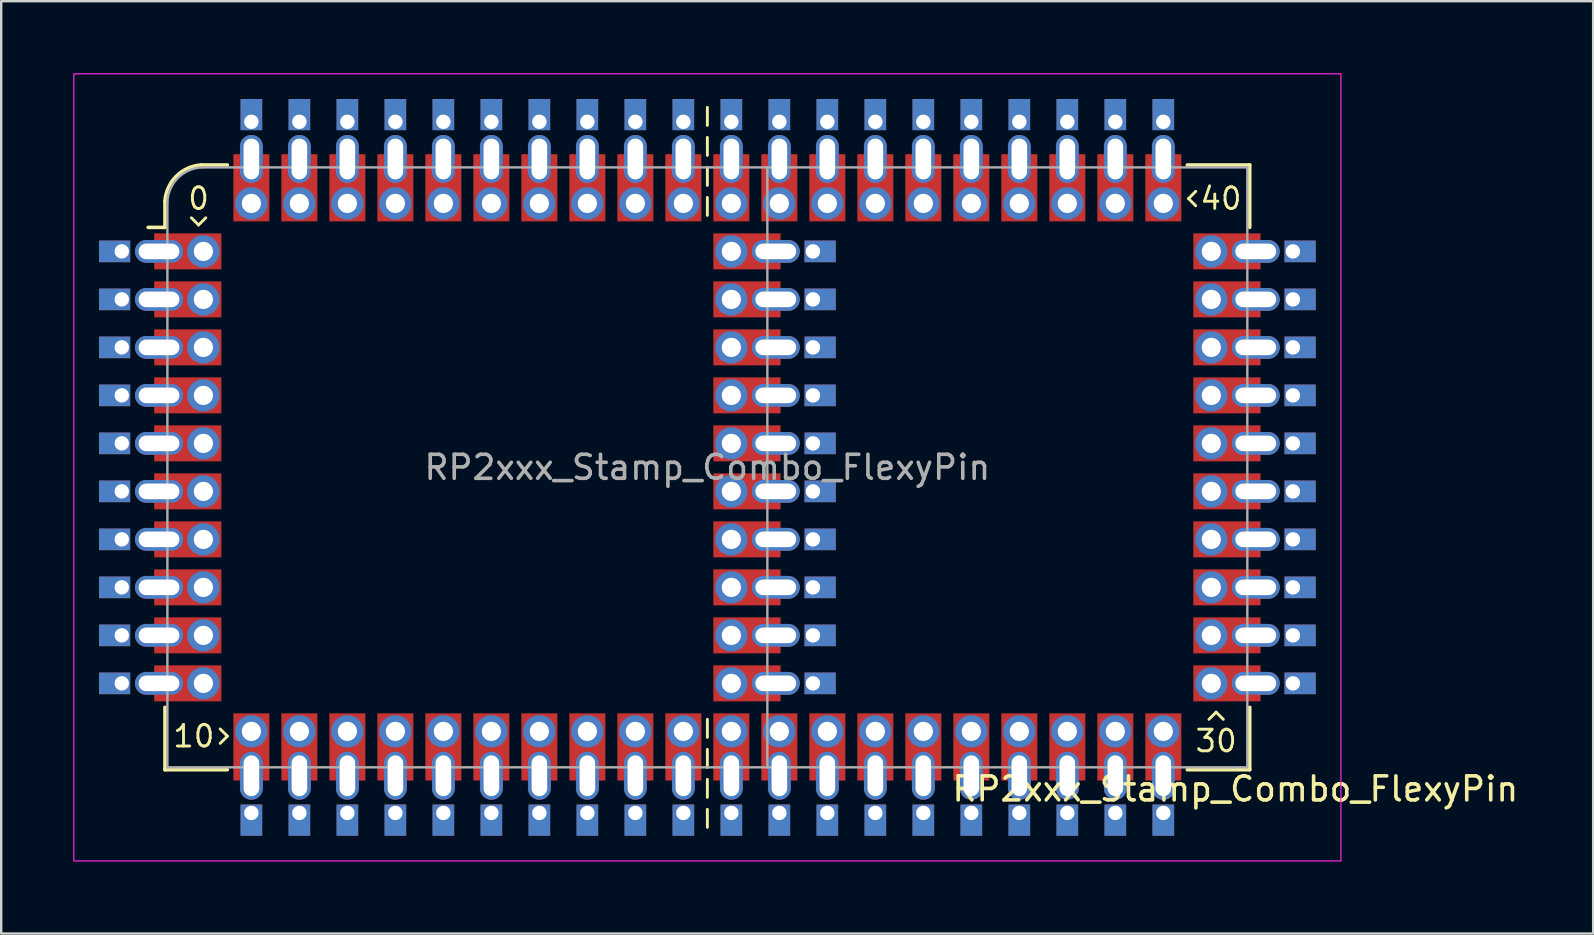
<source format=kicad_pcb>
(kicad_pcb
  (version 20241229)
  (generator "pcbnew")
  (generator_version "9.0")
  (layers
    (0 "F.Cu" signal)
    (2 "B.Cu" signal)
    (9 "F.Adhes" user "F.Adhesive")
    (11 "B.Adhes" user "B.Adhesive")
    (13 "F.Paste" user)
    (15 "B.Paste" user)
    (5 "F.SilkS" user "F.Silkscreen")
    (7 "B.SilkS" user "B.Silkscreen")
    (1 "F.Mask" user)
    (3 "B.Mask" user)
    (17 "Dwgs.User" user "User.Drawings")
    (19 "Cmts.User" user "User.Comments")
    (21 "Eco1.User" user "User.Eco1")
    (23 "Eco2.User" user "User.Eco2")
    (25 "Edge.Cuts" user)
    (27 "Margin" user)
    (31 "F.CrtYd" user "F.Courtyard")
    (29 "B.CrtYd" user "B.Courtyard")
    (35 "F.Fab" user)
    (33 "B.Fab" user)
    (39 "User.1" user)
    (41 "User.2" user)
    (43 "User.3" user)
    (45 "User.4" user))
  (footprint "RP2xxx_Stamp_Combo_FlexyPin"
    (layer "F.Cu")
    (at 26.425 16.425)
    (property "Reference" "RP2xxx_Stamp_Combo_FlexyPin" (at 22 13.4 0) (unlocked yes) (layer "F.SilkS") (effects (font (size 1 1) (thickness 0.15))))
    (attr through_hole)
    (fp_line (start -22.6 -10) (end -23.3 -10) (stroke (width 0.15) (type solid)) (layer "F.SilkS"))
    (fp_line (start -22.6 -10) (end -22.6 -11.1) (stroke (width 0.15) (type solid)) (layer "F.SilkS"))
    (fp_line (start -22.6 12.6) (end -22.6 10) (stroke (width 0.15) (type solid)) (layer "F.SilkS"))
    (fp_line (start -21.5 -10.4) (end -21.2 -10.1) (stroke (width 0.12) (type solid)) (layer "F.SilkS"))
    (fp_line (start -21.2 -10.1) (end -20.9 -10.4) (stroke (width 0.12) (type solid)) (layer "F.SilkS"))
    (fp_line (start -21.1 -12.6) (end -20 -12.6) (stroke (width 0.15) (type solid)) (layer "F.SilkS"))
    (fp_line (start -20.3 11.5) (end -20 11.2) (stroke (width 0.12) (type solid)) (layer "F.SilkS"))
    (fp_line (start -20 11.2) (end -20.3 10.9) (stroke (width 0.12) (type solid)) (layer "F.SilkS"))
    (fp_line (start -20 12.6) (end -22.6 12.6) (stroke (width 0.15) (type solid)) (layer "F.SilkS"))
    (fp_line (start 0 -15) (end 0 -14.25) (stroke (width 0.12) (type default)) (layer "F.SilkS"))
    (fp_line (start 0 -13.75) (end 0 -13) (stroke (width 0.12) (type default)) (layer "F.SilkS"))
    (fp_line (start 0 -12.5) (end 0 -11.75) (stroke (width 0.12) (type default)) (layer "F.SilkS"))
    (fp_line (start 0 -11.25) (end 0 -10.5) (stroke (width 0.12) (type default)) (layer "F.SilkS"))
    (fp_line (start 0 10.5) (end 0 11.25) (stroke (width 0.12) (type default)) (layer "F.SilkS"))
    (fp_line (start 0 11.75) (end 0 12.5) (stroke (width 0.12) (type default)) (layer "F.SilkS"))
    (fp_line (start 0 13) (end 0 13.75) (stroke (width 0.12) (type default)) (layer "F.SilkS"))
    (fp_line (start 0 14.25) (end 0 15) (stroke (width 0.12) (type default)) (layer "F.SilkS"))
    (fp_line (start 20 -12.6) (end 22.6 -12.6) (stroke (width 0.15) (type solid)) (layer "F.SilkS"))
    (fp_line (start 20.05 -11.2) (end 20.35 -10.9) (stroke (width 0.12) (type solid)) (layer "F.SilkS"))
    (fp_line (start 20.35 -11.5) (end 20.05 -11.2) (stroke (width 0.12) (type solid)) (layer "F.SilkS"))
    (fp_line (start 21.2 10.2) (end 20.9 10.5) (stroke (width 0.12) (type solid)) (layer "F.SilkS"))
    (fp_line (start 21.5 10.5) (end 21.2 10.2) (stroke (width 0.12) (type solid)) (layer "F.SilkS"))
    (fp_line (start 22.6 -12.6) (end 22.6 -10) (stroke (width 0.15) (type solid)) (layer "F.SilkS"))
    (fp_line (start 22.6 10) (end 22.6 12.6) (stroke (width 0.15) (type solid)) (layer "F.SilkS"))
    (fp_line (start 22.6 12.6) (end 20 12.6) (stroke (width 0.15) (type solid)) (layer "F.SilkS"))
    (fp_arc (start -22.6 -11.1) (mid -22.129432 -12.129432) (end -21.1 -12.6) (stroke (width 0.15) (type solid)) (layer "F.SilkS"))
    (fp_rect (start -26.4 -16.4) (end 26.4 16.4) (stroke (width 0.05) (type solid)) (fill no) (layer "F.CrtYd"))
    (fp_line (start -22.5 12.5) (end -22.5 -11) (stroke (width 0.1) (type solid)) (layer "F.Fab"))
    (fp_line (start -21 -12.5) (end 22.5 -12.5) (stroke (width 0.1) (type solid)) (layer "F.Fab"))
    (fp_line (start 2.5 -12.5) (end 2.5 12.5) (stroke (width 0.1) (type solid)) (layer "F.Fab"))
    (fp_line (start 22.5 -12.5) (end 22.5 12.5) (stroke (width 0.1) (type solid)) (layer "F.Fab"))
    (fp_line (start 22.5 12.5) (end -22.5 12.5) (stroke (width 0.1) (type solid)) (layer "F.Fab"))
    (fp_arc (start -22.500003 -11.000003) (mid -22.060661 -12.060662) (end -21 -12.5) (stroke (width 0.1) (type solid)) (layer "F.Fab"))
    (fp_text user "40" (at 21.4 -11.2 0) (unlocked yes) (layer "F.SilkS") (effects (font (size 0.9 0.9) (thickness 0.12))))
    (fp_text user "0" (at -21.2 -11.2 0) (unlocked yes) (layer "F.SilkS") (effects (font (size 0.9 0.9) (thickness 0.12))))
    (fp_text user "30" (at 21.2 11.4 0) (unlocked yes) (layer "F.SilkS") (effects (font (size 0.9 0.9) (thickness 0.12))))
    (fp_text user "10" (at -21.4 11.2 0) (unlocked yes) (layer "F.SilkS") (effects (font (size 0.9 0.9) (thickness 0.12))))
    (fp_text user "${REFERENCE}" (at 0 0 0) (unlocked yes) (layer "F.Fab") (effects (font (size 1 1) (thickness 0.15))))
    (pad "1" thru_hole rect (at -24.4 -9) (size 1.3 0.9) (drill 0.6 (offset -0.3 0)) (layers "*.Cu" "*.Mask"))
    (pad "1" thru_hole oval (at -22.85 -9 180) (size 2 0.95) (drill oval 1.7 0.65) (layers "*.Cu" "*.Mask"))
    (pad "1" smd rect (at -21.65 -9) (size 2.8 1.5) (layers "F.Cu" "F.Mask" "F.Paste"))
    (pad "1" thru_hole circle (at -21 -9) (size 1.35 1.35) (drill 0.8) (layers "*.Cu" "*.Mask"))
    (pad "2" thru_hole rect (at -24.4 -7) (size 1.3 0.9) (drill 0.6 (offset -0.3 0)) (layers "*.Cu" "*.Mask"))
    (pad "2" thru_hole oval (at -22.85 -7 180) (size 2 0.95) (drill oval 1.7 0.65) (layers "*.Cu" "*.Mask"))
    (pad "2" smd rect (at -21.65 -7) (size 2.8 1.5) (layers "F.Cu" "F.Mask" "F.Paste"))
    (pad "2" thru_hole oval (at -21 -7) (size 1.35 1.35) (drill 0.8) (layers "*.Cu" "*.Mask"))
    (pad "3" thru_hole rect (at -24.4 -5) (size 1.3 0.9) (drill 0.6 (offset -0.3 0)) (layers "*.Cu" "*.Mask"))
    (pad "3" thru_hole oval (at -22.85 -5 180) (size 2 0.95) (drill oval 1.7 0.65) (layers "*.Cu" "*.Mask"))
    (pad "3" smd rect (at -21.65 -5) (size 2.8 1.5) (layers "F.Cu" "F.Mask" "F.Paste"))
    (pad "3" thru_hole oval (at -21 -5) (size 1.35 1.35) (drill 0.8) (layers "*.Cu" "*.Mask"))
    (pad "4" thru_hole rect (at -24.4 -3) (size 1.3 0.9) (drill 0.6 (offset -0.3 0)) (layers "*.Cu" "*.Mask"))
    (pad "4" thru_hole oval (at -22.85 -3 180) (size 2 0.95) (drill oval 1.7 0.65) (layers "*.Cu" "*.Mask"))
    (pad "4" smd rect (at -21.65 -3) (size 2.8 1.5) (layers "F.Cu" "F.Mask" "F.Paste"))
    (pad "4" thru_hole oval (at -21 -3) (size 1.35 1.35) (drill 0.8) (layers "*.Cu" "*.Mask"))
    (pad "5" thru_hole rect (at -24.4 -1) (size 1.3 0.9) (drill 0.6 (offset -0.3 0)) (layers "*.Cu" "*.Mask"))
    (pad "5" thru_hole oval (at -22.85 -1 180) (size 2 0.95) (drill oval 1.7 0.65) (layers "*.Cu" "*.Mask"))
    (pad "5" smd rect (at -21.65 -1) (size 2.8 1.5) (layers "F.Cu" "F.Mask" "F.Paste"))
    (pad "5" thru_hole oval (at -21 -1) (size 1.35 1.35) (drill 0.8) (layers "*.Cu" "*.Mask"))
    (pad "6" thru_hole rect (at -24.4 1) (size 1.3 0.9) (drill 0.6 (offset -0.3 0)) (layers "*.Cu" "*.Mask"))
    (pad "6" thru_hole oval (at -22.85 1 180) (size 2 0.95) (drill oval 1.7 0.65) (layers "*.Cu" "*.Mask"))
    (pad "6" smd rect (at -21.65 1) (size 2.8 1.5) (layers "F.Cu" "F.Mask" "F.Paste"))
    (pad "6" thru_hole oval (at -21 1) (size 1.35 1.35) (drill 0.8) (layers "*.Cu" "*.Mask"))
    (pad "7" thru_hole rect (at -24.4 3) (size 1.3 0.9) (drill 0.6 (offset -0.3 0)) (layers "*.Cu" "*.Mask"))
    (pad "7" thru_hole oval (at -22.85 3 180) (size 2 0.95) (drill oval 1.7 0.65) (layers "*.Cu" "*.Mask"))
    (pad "7" smd rect (at -21.65 3) (size 2.8 1.5) (layers "F.Cu" "F.Mask" "F.Paste"))
    (pad "7" thru_hole oval (at -21 3) (size 1.35 1.35) (drill 0.8) (layers "*.Cu" "*.Mask"))
    (pad "8" thru_hole rect (at -24.4 5) (size 1.3 0.9) (drill 0.6 (offset -0.3 0)) (layers "*.Cu" "*.Mask"))
    (pad "8" thru_hole oval (at -22.85 5 180) (size 2 0.95) (drill oval 1.7 0.65) (layers "*.Cu" "*.Mask"))
    (pad "8" smd rect (at -21.65 5) (size 2.8 1.5) (layers "F.Cu" "F.Mask" "F.Paste"))
    (pad "8" thru_hole oval (at -21 5) (size 1.35 1.35) (drill 0.8) (layers "*.Cu" "*.Mask"))
    (pad "9" thru_hole rect (at -24.4 7) (size 1.3 0.9) (drill 0.6 (offset -0.3 0)) (layers "*.Cu" "*.Mask"))
    (pad "9" thru_hole oval (at -22.85 7 180) (size 2 0.95) (drill oval 1.7 0.65) (layers "*.Cu" "*.Mask"))
    (pad "9" smd rect (at -21.65 7) (size 2.8 1.5) (layers "F.Cu" "F.Mask" "F.Paste"))
    (pad "9" thru_hole oval (at -21 7) (size 1.35 1.35) (drill 0.8) (layers "*.Cu" "*.Mask"))
    (pad "10" thru_hole rect (at -24.4 9) (size 1.3 0.9) (drill 0.6 (offset -0.3 0)) (layers "*.Cu" "*.Mask"))
    (pad "10" thru_hole oval (at -22.85 9 180) (size 2 0.95) (drill oval 1.7 0.65) (layers "*.Cu" "*.Mask"))
    (pad "10" smd rect (at -21.65 9) (size 2.8 1.5) (layers "F.Cu" "F.Mask" "F.Paste"))
    (pad "10" thru_hole oval (at -21 9) (size 1.35 1.35) (drill 0.8) (layers "*.Cu" "*.Mask"))
    (pad "11" thru_hole oval (at -19 11) (size 1.35 1.35) (drill 0.8) (layers "*.Cu" "*.Mask"))
    (pad "11" smd rect (at -19 11.65 270) (size 2.8 1.5) (layers "F.Cu" "F.Mask" "F.Paste"))
    (pad "11" thru_hole oval (at -19 12.85 270) (size 2 0.95) (drill oval 1.7 0.65) (layers "*.Cu" "*.Mask"))
    (pad "11" thru_hole rect (at -19 14.4 90) (size 1.3 0.9) (drill 0.6 (offset -0.3 0)) (layers "*.Cu" "*.Mask"))
    (pad "12" thru_hole oval (at -17 11) (size 1.35 1.35) (drill 0.8) (layers "*.Cu" "*.Mask"))
    (pad "12" smd rect (at -17 11.65 270) (size 2.8 1.5) (layers "F.Cu" "F.Mask" "F.Paste"))
    (pad "12" thru_hole oval (at -17 12.85 270) (size 2 0.95) (drill oval 1.7 0.65) (layers "*.Cu" "*.Mask"))
    (pad "12" thru_hole rect (at -17 14.4 90) (size 1.3 0.9) (drill 0.6 (offset -0.3 0)) (layers "*.Cu" "*.Mask"))
    (pad "13" thru_hole oval (at -15 11) (size 1.35 1.35) (drill 0.8) (layers "*.Cu" "*.Mask"))
    (pad "13" smd rect (at -15 11.65 270) (size 2.8 1.5) (layers "F.Cu" "F.Mask" "F.Paste"))
    (pad "13" thru_hole oval (at -15 12.85 270) (size 2 0.95) (drill oval 1.7 0.65) (layers "*.Cu" "*.Mask"))
    (pad "13" thru_hole rect (at -15 14.4 90) (size 1.3 0.9) (drill 0.6 (offset -0.3 0)) (layers "*.Cu" "*.Mask"))
    (pad "14" thru_hole oval (at -13 11) (size 1.35 1.35) (drill 0.8) (layers "*.Cu" "*.Mask"))
    (pad "14" smd rect (at -13 11.65 270) (size 2.8 1.5) (layers "F.Cu" "F.Mask" "F.Paste"))
    (pad "14" thru_hole oval (at -13 12.85 270) (size 2 0.95) (drill oval 1.7 0.65) (layers "*.Cu" "*.Mask"))
    (pad "14" thru_hole rect (at -13 14.4 90) (size 1.3 0.9) (drill 0.6 (offset -0.3 0)) (layers "*.Cu" "*.Mask"))
    (pad "15" thru_hole oval (at -11 11) (size 1.35 1.35) (drill 0.8) (layers "*.Cu" "*.Mask"))
    (pad "15" smd rect (at -11 11.65 270) (size 2.8 1.5) (layers "F.Cu" "F.Mask" "F.Paste"))
    (pad "15" thru_hole oval (at -11 12.85 270) (size 2 0.95) (drill oval 1.7 0.65) (layers "*.Cu" "*.Mask"))
    (pad "15" thru_hole rect (at -11 14.4 90) (size 1.3 0.9) (drill 0.6 (offset -0.3 0)) (layers "*.Cu" "*.Mask"))
    (pad "16" thru_hole oval (at -9 11) (size 1.35 1.35) (drill 0.8) (layers "*.Cu" "*.Mask"))
    (pad "16" smd rect (at -9 11.65 270) (size 2.8 1.5) (layers "F.Cu" "F.Mask" "F.Paste"))
    (pad "16" thru_hole oval (at -9 12.85 270) (size 2 0.95) (drill oval 1.7 0.65) (layers "*.Cu" "*.Mask"))
    (pad "16" thru_hole rect (at -9 14.4 90) (size 1.3 0.9) (drill 0.6 (offset -0.3 0)) (layers "*.Cu" "*.Mask"))
    (pad "17" thru_hole oval (at -7 11) (size 1.35 1.35) (drill 0.8) (layers "*.Cu" "*.Mask"))
    (pad "17" smd rect (at -7 11.65 270) (size 2.8 1.5) (layers "F.Cu" "F.Mask" "F.Paste"))
    (pad "17" thru_hole oval (at -7 12.85 270) (size 2 0.95) (drill oval 1.7 0.65) (layers "*.Cu" "*.Mask"))
    (pad "17" thru_hole rect (at -7 14.4 90) (size 1.3 0.9) (drill 0.6 (offset -0.3 0)) (layers "*.Cu" "*.Mask"))
    (pad "18" thru_hole oval (at -5 11) (size 1.35 1.35) (drill 0.8) (layers "*.Cu" "*.Mask"))
    (pad "18" smd rect (at -5 11.65 270) (size 2.8 1.5) (layers "F.Cu" "F.Mask" "F.Paste"))
    (pad "18" thru_hole oval (at -5 12.85 270) (size 2 0.95) (drill oval 1.7 0.65) (layers "*.Cu" "*.Mask"))
    (pad "18" thru_hole rect (at -5 14.4 90) (size 1.3 0.9) (drill 0.6 (offset -0.3 0)) (layers "*.Cu" "*.Mask"))
    (pad "19" thru_hole oval (at -3 11) (size 1.35 1.35) (drill 0.8) (layers "*.Cu" "*.Mask"))
    (pad "19" smd rect (at -3 11.65 270) (size 2.8 1.5) (layers "F.Cu" "F.Mask" "F.Paste"))
    (pad "19" thru_hole oval (at -3 12.85 270) (size 2 0.95) (drill oval 1.7 0.65) (layers "*.Cu" "*.Mask"))
    (pad "19" thru_hole rect (at -3 14.4 90) (size 1.3 0.9) (drill 0.6 (offset -0.3 0)) (layers "*.Cu" "*.Mask"))
    (pad "20" thru_hole oval (at -1 11) (size 1.35 1.35) (drill 0.8) (layers "*.Cu" "*.Mask"))
    (pad "20" smd rect (at -1 11.65 270) (size 2.8 1.5) (layers "F.Cu" "F.Mask" "F.Paste"))
    (pad "20" thru_hole oval (at -1 12.85 270) (size 2 0.95) (drill oval 1.7 0.65) (layers "*.Cu" "*.Mask"))
    (pad "20" thru_hole rect (at -1 14.4 90) (size 1.3 0.9) (drill 0.6 (offset -0.3 0)) (layers "*.Cu" "*.Mask"))
    (pad "21" thru_hole oval (at 1 9) (size 1.35 1.35) (drill 0.8) (layers "*.Cu" "*.Mask"))
    (pad "21" thru_hole oval (at 1 11) (size 1.35 1.35) (drill 0.8) (layers "*.Cu" "*.Mask"))
    (pad "21" smd rect (at 1 11.65 270) (size 2.8 1.5) (layers "F.Cu" "F.Mask" "F.Paste"))
    (pad "21" thru_hole oval (at 1 12.85 270) (size 2 0.95) (drill oval 1.7 0.65) (layers "*.Cu" "*.Mask"))
    (pad "21" thru_hole rect (at 1 14.4 90) (size 1.3 0.9) (drill 0.6 (offset -0.3 0)) (layers "*.Cu" "*.Mask"))
    (pad "21" smd rect (at 1.65 9) (size 2.8 1.5) (layers "F.Cu" "F.Mask" "F.Paste"))
    (pad "21" thru_hole oval (at 2.85 9) (size 2 0.95) (drill oval 1.7 0.65) (layers "*.Cu" "*.Mask"))
    (pad "21" thru_hole rect (at 4.4 9 180) (size 1.3 0.9) (drill 0.6 (offset -0.3 0)) (layers "*.Cu" "*.Mask"))
    (pad "22" thru_hole oval (at 1 7) (size 1.35 1.35) (drill 0.8) (layers "*.Cu" "*.Mask"))
    (pad "22" smd rect (at 1.65 7) (size 2.8 1.5) (layers "F.Cu" "F.Mask" "F.Paste"))
    (pad "22" thru_hole oval (at 2.85 7) (size 2 0.95) (drill oval 1.7 0.65) (layers "*.Cu" "*.Mask"))
    (pad "22" thru_hole oval (at 3 11) (size 1.35 1.35) (drill 0.8) (layers "*.Cu" "*.Mask"))
    (pad "22" smd rect (at 3 11.65 270) (size 2.8 1.5) (layers "F.Cu" "F.Mask" "F.Paste"))
    (pad "22" thru_hole oval (at 3 12.85 270) (size 2 0.95) (drill oval 1.7 0.65) (layers "*.Cu" "*.Mask"))
    (pad "22" thru_hole rect (at 3 14.4 90) (size 1.3 0.9) (drill 0.6 (offset -0.3 0)) (layers "*.Cu" "*.Mask"))
    (pad "22" thru_hole rect (at 4.4 7 180) (size 1.3 0.9) (drill 0.6 (offset -0.3 0)) (layers "*.Cu" "*.Mask"))
    (pad "23" thru_hole oval (at 1 5) (size 1.35 1.35) (drill 0.8) (layers "*.Cu" "*.Mask"))
    (pad "23" smd rect (at 1.65 5) (size 2.8 1.5) (layers "F.Cu" "F.Mask" "F.Paste"))
    (pad "23" thru_hole oval (at 2.85 5) (size 2 0.95) (drill oval 1.7 0.65) (layers "*.Cu" "*.Mask"))
    (pad "23" thru_hole rect (at 4.4 5 180) (size 1.3 0.9) (drill 0.6 (offset -0.3 0)) (layers "*.Cu" "*.Mask"))
    (pad "23" thru_hole oval (at 5 11) (size 1.35 1.35) (drill 0.8) (layers "*.Cu" "*.Mask"))
    (pad "23" smd rect (at 5 11.65 270) (size 2.8 1.5) (layers "F.Cu" "F.Mask" "F.Paste"))
    (pad "23" thru_hole oval (at 5 12.85 270) (size 2 0.95) (drill oval 1.7 0.65) (layers "*.Cu" "*.Mask"))
    (pad "23" thru_hole rect (at 5 14.4 90) (size 1.3 0.9) (drill 0.6 (offset -0.3 0)) (layers "*.Cu" "*.Mask"))
    (pad "24" thru_hole oval (at 1 3) (size 1.35 1.35) (drill 0.8) (layers "*.Cu" "*.Mask"))
    (pad "24" smd rect (at 1.65 3) (size 2.8 1.5) (layers "F.Cu" "F.Mask" "F.Paste"))
    (pad "24" thru_hole oval (at 2.85 3) (size 2 0.95) (drill oval 1.7 0.65) (layers "*.Cu" "*.Mask"))
    (pad "24" thru_hole rect (at 4.4 3 180) (size 1.3 0.9) (drill 0.6 (offset -0.3 0)) (layers "*.Cu" "*.Mask"))
    (pad "24" thru_hole oval (at 7 11) (size 1.35 1.35) (drill 0.8) (layers "*.Cu" "*.Mask"))
    (pad "24" smd rect (at 7 11.65 270) (size 2.8 1.5) (layers "F.Cu" "F.Mask" "F.Paste"))
    (pad "24" thru_hole oval (at 7 12.85 270) (size 2 0.95) (drill oval 1.7 0.65) (layers "*.Cu" "*.Mask"))
    (pad "24" thru_hole rect (at 7 14.4 90) (size 1.3 0.9) (drill 0.6 (offset -0.3 0)) (layers "*.Cu" "*.Mask"))
    (pad "25" thru_hole oval (at 1 1) (size 1.35 1.35) (drill 0.8) (layers "*.Cu" "*.Mask"))
    (pad "25" smd rect (at 1.65 1) (size 2.8 1.5) (layers "F.Cu" "F.Mask" "F.Paste"))
    (pad "25" thru_hole oval (at 2.85 1) (size 2 0.95) (drill oval 1.7 0.65) (layers "*.Cu" "*.Mask"))
    (pad "25" thru_hole rect (at 4.4 1 180) (size 1.3 0.9) (drill 0.6 (offset -0.3 0)) (layers "*.Cu" "*.Mask"))
    (pad "25" thru_hole oval (at 9 11) (size 1.35 1.35) (drill 0.8) (layers "*.Cu" "*.Mask"))
    (pad "25" smd rect (at 9 11.65 270) (size 2.8 1.5) (layers "F.Cu" "F.Mask" "F.Paste"))
    (pad "25" thru_hole oval (at 9 12.85 270) (size 2 0.95) (drill oval 1.7 0.65) (layers "*.Cu" "*.Mask"))
    (pad "25" thru_hole rect (at 9 14.4 90) (size 1.3 0.9) (drill 0.6 (offset -0.3 0)) (layers "*.Cu" "*.Mask"))
    (pad "26" thru_hole oval (at 1 -1) (size 1.35 1.35) (drill 0.8) (layers "*.Cu" "*.Mask"))
    (pad "26" smd rect (at 1.65 -1) (size 2.8 1.5) (layers "F.Cu" "F.Mask" "F.Paste"))
    (pad "26" thru_hole oval (at 2.85 -1) (size 2 0.95) (drill oval 1.7 0.65) (layers "*.Cu" "*.Mask"))
    (pad "26" thru_hole rect (at 4.4 -1 180) (size 1.3 0.9) (drill 0.6 (offset -0.3 0)) (layers "*.Cu" "*.Mask"))
    (pad "26" thru_hole oval (at 11 11) (size 1.35 1.35) (drill 0.8) (layers "*.Cu" "*.Mask"))
    (pad "26" smd rect (at 11 11.65 270) (size 2.8 1.5) (layers "F.Cu" "F.Mask" "F.Paste"))
    (pad "26" thru_hole oval (at 11 12.85 270) (size 2 0.95) (drill oval 1.7 0.65) (layers "*.Cu" "*.Mask"))
    (pad "26" thru_hole rect (at 11 14.4 90) (size 1.3 0.9) (drill 0.6 (offset -0.3 0)) (layers "*.Cu" "*.Mask"))
    (pad "27" thru_hole oval (at 1 -3) (size 1.35 1.35) (drill 0.8) (layers "*.Cu" "*.Mask"))
    (pad "27" smd rect (at 1.65 -3) (size 2.8 1.5) (layers "F.Cu" "F.Mask" "F.Paste"))
    (pad "27" thru_hole oval (at 2.85 -3) (size 2 0.95) (drill oval 1.7 0.65) (layers "*.Cu" "*.Mask"))
    (pad "27" thru_hole rect (at 4.4 -3 180) (size 1.3 0.9) (drill 0.6 (offset -0.3 0)) (layers "*.Cu" "*.Mask"))
    (pad "27" thru_hole oval (at 13 11) (size 1.35 1.35) (drill 0.8) (layers "*.Cu" "*.Mask"))
    (pad "27" smd rect (at 13 11.65 270) (size 2.8 1.5) (layers "F.Cu" "F.Mask" "F.Paste"))
    (pad "27" thru_hole oval (at 13 12.85 270) (size 2 0.95) (drill oval 1.7 0.65) (layers "*.Cu" "*.Mask"))
    (pad "27" thru_hole rect (at 13 14.4 90) (size 1.3 0.9) (drill 0.6 (offset -0.3 0)) (layers "*.Cu" "*.Mask"))
    (pad "28" thru_hole oval (at 1 -5) (size 1.35 1.35) (drill 0.8) (layers "*.Cu" "*.Mask"))
    (pad "28" smd rect (at 1.65 -5) (size 2.8 1.5) (layers "F.Cu" "F.Mask" "F.Paste"))
    (pad "28" thru_hole oval (at 2.85 -5) (size 2 0.95) (drill oval 1.7 0.65) (layers "*.Cu" "*.Mask"))
    (pad "28" thru_hole rect (at 4.4 -5 180) (size 1.3 0.9) (drill 0.6 (offset -0.3 0)) (layers "*.Cu" "*.Mask"))
    (pad "28" thru_hole oval (at 15 11) (size 1.35 1.35) (drill 0.8) (layers "*.Cu" "*.Mask"))
    (pad "28" smd rect (at 15 11.65 270) (size 2.8 1.5) (layers "F.Cu" "F.Mask" "F.Paste"))
    (pad "28" thru_hole oval (at 15 12.85 270) (size 2 0.95) (drill oval 1.7 0.65) (layers "*.Cu" "*.Mask"))
    (pad "28" thru_hole rect (at 15 14.4 90) (size 1.3 0.9) (drill 0.6 (offset -0.3 0)) (layers "*.Cu" "*.Mask"))
    (pad "29" thru_hole oval (at 1 -7) (size 1.35 1.35) (drill 0.8) (layers "*.Cu" "*.Mask"))
    (pad "29" smd rect (at 1.65 -7) (size 2.8 1.5) (layers "F.Cu" "F.Mask" "F.Paste"))
    (pad "29" thru_hole oval (at 2.85 -7) (size 2 0.95) (drill oval 1.7 0.65) (layers "*.Cu" "*.Mask"))
    (pad "29" thru_hole rect (at 4.4 -7 180) (size 1.3 0.9) (drill 0.6 (offset -0.3 0)) (layers "*.Cu" "*.Mask"))
    (pad "29" thru_hole oval (at 17 11) (size 1.35 1.35) (drill 0.8) (layers "*.Cu" "*.Mask"))
    (pad "29" smd rect (at 17 11.65 270) (size 2.8 1.5) (layers "F.Cu" "F.Mask" "F.Paste"))
    (pad "29" thru_hole oval (at 17 12.85 270) (size 2 0.95) (drill oval 1.7 0.65) (layers "*.Cu" "*.Mask"))
    (pad "29" thru_hole rect (at 17 14.4 90) (size 1.3 0.9) (drill 0.6 (offset -0.3 0)) (layers "*.Cu" "*.Mask"))
    (pad "30" thru_hole oval (at 1 -9) (size 1.35 1.35) (drill 0.8) (layers "*.Cu" "*.Mask"))
    (pad "30" smd rect (at 1.65 -9) (size 2.8 1.5) (layers "F.Cu" "F.Mask" "F.Paste"))
    (pad "30" thru_hole oval (at 2.85 -9) (size 2 0.95) (drill oval 1.7 0.65) (layers "*.Cu" "*.Mask"))
    (pad "30" thru_hole rect (at 4.4 -9 180) (size 1.3 0.9) (drill 0.6 (offset -0.3 0)) (layers "*.Cu" "*.Mask"))
    (pad "30" thru_hole oval (at 19 11) (size 1.35 1.35) (drill 0.8) (layers "*.Cu" "*.Mask"))
    (pad "30" smd rect (at 19 11.65 270) (size 2.8 1.5) (layers "F.Cu" "F.Mask" "F.Paste"))
    (pad "30" thru_hole oval (at 19 12.85 270) (size 2 0.95) (drill oval 1.7 0.65) (layers "*.Cu" "*.Mask"))
    (pad "30" thru_hole rect (at 19 14.4 90) (size 1.3 0.9) (drill 0.6 (offset -0.3 0)) (layers "*.Cu" "*.Mask"))
    (pad "31" thru_hole rect (at -1 -14.4 270) (size 1.3 0.9) (drill 0.6 (offset -0.3 0)) (layers "*.Cu" "*.Mask"))
    (pad "31" thru_hole oval (at -1 -12.85 90) (size 2 0.95) (drill oval 1.7 0.65) (layers "*.Cu" "*.Mask"))
    (pad "31" smd rect (at -1 -11.65 270) (size 2.8 1.5) (layers "F.Cu" "F.Mask" "F.Paste"))
    (pad "31" thru_hole oval (at -1 -11) (size 1.35 1.35) (drill 0.8) (layers "*.Cu" "*.Mask"))
    (pad "32" thru_hole rect (at -3 -14.4 270) (size 1.3 0.9) (drill 0.6 (offset -0.3 0)) (layers "*.Cu" "*.Mask"))
    (pad "32" thru_hole oval (at -3 -12.85 90) (size 2 0.95) (drill oval 1.7 0.65) (layers "*.Cu" "*.Mask"))
    (pad "32" smd rect (at -3 -11.65 270) (size 2.8 1.5) (layers "F.Cu" "F.Mask" "F.Paste"))
    (pad "32" thru_hole oval (at -3 -11) (size 1.35 1.35) (drill 0.8) (layers "*.Cu" "*.Mask"))
    (pad "33" thru_hole rect (at -5 -14.4 270) (size 1.3 0.9) (drill 0.6 (offset -0.3 0)) (layers "*.Cu" "*.Mask"))
    (pad "33" thru_hole oval (at -5 -12.85 90) (size 2 0.95) (drill oval 1.7 0.65) (layers "*.Cu" "*.Mask"))
    (pad "33" smd rect (at -5 -11.65 270) (size 2.8 1.5) (layers "F.Cu" "F.Mask" "F.Paste"))
    (pad "33" thru_hole oval (at -5 -11) (size 1.35 1.35) (drill 0.8) (layers "*.Cu" "*.Mask"))
    (pad "34" thru_hole rect (at -7 -14.4 270) (size 1.3 0.9) (drill 0.6 (offset -0.3 0)) (layers "*.Cu" "*.Mask"))
    (pad "34" thru_hole oval (at -7 -12.85 90) (size 2 0.95) (drill oval 1.7 0.65) (layers "*.Cu" "*.Mask"))
    (pad "34" smd rect (at -7 -11.65 270) (size 2.8 1.5) (layers "F.Cu" "F.Mask" "F.Paste"))
    (pad "34" thru_hole oval (at -7 -11) (size 1.35 1.35) (drill 0.8) (layers "*.Cu" "*.Mask"))
    (pad "35" thru_hole rect (at -9 -14.4 270) (size 1.3 0.9) (drill 0.6 (offset -0.3 0)) (layers "*.Cu" "*.Mask"))
    (pad "35" thru_hole oval (at -9 -12.85 90) (size 2 0.95) (drill oval 1.7 0.65) (layers "*.Cu" "*.Mask"))
    (pad "35" smd rect (at -9 -11.65 270) (size 2.8 1.5) (layers "F.Cu" "F.Mask" "F.Paste"))
    (pad "35" thru_hole oval (at -9 -11) (size 1.35 1.35) (drill 0.8) (layers "*.Cu" "*.Mask"))
    (pad "36" thru_hole rect (at -11 -14.4 270) (size 1.3 0.9) (drill 0.6 (offset -0.3 0)) (layers "*.Cu" "*.Mask"))
    (pad "36" thru_hole oval (at -11 -12.85 90) (size 2 0.95) (drill oval 1.7 0.65) (layers "*.Cu" "*.Mask"))
    (pad "36" smd rect (at -11 -11.65 270) (size 2.8 1.5) (layers "F.Cu" "F.Mask" "F.Paste"))
    (pad "36" thru_hole oval (at -11 -11) (size 1.35 1.35) (drill 0.8) (layers "*.Cu" "*.Mask"))
    (pad "37" thru_hole rect (at -13 -14.4 270) (size 1.3 0.9) (drill 0.6 (offset -0.3 0)) (layers "*.Cu" "*.Mask"))
    (pad "37" thru_hole oval (at -13 -12.85 90) (size 2 0.95) (drill oval 1.7 0.65) (layers "*.Cu" "*.Mask"))
    (pad "37" smd rect (at -13 -11.65 270) (size 2.8 1.5) (layers "F.Cu" "F.Mask" "F.Paste"))
    (pad "37" thru_hole oval (at -13 -11) (size 1.35 1.35) (drill 0.8) (layers "*.Cu" "*.Mask"))
    (pad "38" thru_hole rect (at -15 -14.4 270) (size 1.3 0.9) (drill 0.6 (offset -0.3 0)) (layers "*.Cu" "*.Mask"))
    (pad "38" thru_hole oval (at -15 -12.85 90) (size 2 0.95) (drill oval 1.7 0.65) (layers "*.Cu" "*.Mask"))
    (pad "38" smd rect (at -15 -11.65 270) (size 2.8 1.5) (layers "F.Cu" "F.Mask" "F.Paste"))
    (pad "38" thru_hole oval (at -15 -11) (size 1.35 1.35) (drill 0.8) (layers "*.Cu" "*.Mask"))
    (pad "39" thru_hole rect (at -17 -14.4 270) (size 1.3 0.9) (drill 0.6 (offset -0.3 0)) (layers "*.Cu" "*.Mask"))
    (pad "39" thru_hole oval (at -17 -12.85 90) (size 2 0.95) (drill oval 1.7 0.65) (layers "*.Cu" "*.Mask"))
    (pad "39" smd rect (at -17 -11.65 270) (size 2.8 1.5) (layers "F.Cu" "F.Mask" "F.Paste"))
    (pad "39" thru_hole oval (at -17 -11) (size 1.35 1.35) (drill 0.8) (layers "*.Cu" "*.Mask"))
    (pad "40" thru_hole rect (at -19 -14.4 270) (size 1.3 0.9) (drill 0.6 (offset -0.3 0)) (layers "*.Cu" "*.Mask"))
    (pad "40" thru_hole oval (at -19 -12.85 90) (size 2 0.95) (drill oval 1.7 0.65) (layers "*.Cu" "*.Mask"))
    (pad "40" smd rect (at -19 -11.65 270) (size 2.8 1.5) (layers "F.Cu" "F.Mask" "F.Paste"))
    (pad "40" thru_hole oval (at -19 -11) (size 1.35 1.35) (drill 0.8) (layers "*.Cu" "*.Mask"))
    (pad "41" thru_hole oval (at 21 9) (size 1.35 1.35) (drill 0.8) (layers "*.Cu" "*.Mask"))
    (pad "41" smd rect (at 21.65 9) (size 2.8 1.5) (layers "F.Cu" "F.Mask" "F.Paste"))
    (pad "41" thru_hole oval (at 22.85 9) (size 2 0.95) (drill oval 1.7 0.65) (layers "*.Cu" "*.Mask"))
    (pad "41" thru_hole rect (at 24.4 9 180) (size 1.3 0.9) (drill 0.6 (offset -0.3 0)) (layers "*.Cu" "*.Mask"))
    (pad "42" thru_hole oval (at 21 7) (size 1.35 1.35) (drill 0.8) (layers "*.Cu" "*.Mask"))
    (pad "42" smd rect (at 21.65 7) (size 2.8 1.5) (layers "F.Cu" "F.Mask" "F.Paste"))
    (pad "42" thru_hole oval (at 22.85 7) (size 2 0.95) (drill oval 1.7 0.65) (layers "*.Cu" "*.Mask"))
    (pad "42" thru_hole rect (at 24.4 7 180) (size 1.3 0.9) (drill 0.6 (offset -0.3 0)) (layers "*.Cu" "*.Mask"))
    (pad "43" thru_hole oval (at 21 5) (size 1.35 1.35) (drill 0.8) (layers "*.Cu" "*.Mask"))
    (pad "43" smd rect (at 21.65 5) (size 2.8 1.5) (layers "F.Cu" "F.Mask" "F.Paste"))
    (pad "43" thru_hole oval (at 22.85 5) (size 2 0.95) (drill oval 1.7 0.65) (layers "*.Cu" "*.Mask"))
    (pad "43" thru_hole rect (at 24.4 5 180) (size 1.3 0.9) (drill 0.6 (offset -0.3 0)) (layers "*.Cu" "*.Mask"))
    (pad "44" thru_hole oval (at 21 3) (size 1.35 1.35) (drill 0.8) (layers "*.Cu" "*.Mask"))
    (pad "44" smd rect (at 21.65 3) (size 2.8 1.5) (layers "F.Cu" "F.Mask" "F.Paste"))
    (pad "44" thru_hole oval (at 22.85 3) (size 2 0.95) (drill oval 1.7 0.65) (layers "*.Cu" "*.Mask"))
    (pad "44" thru_hole rect (at 24.4 3 180) (size 1.3 0.9) (drill 0.6 (offset -0.3 0)) (layers "*.Cu" "*.Mask"))
    (pad "45" thru_hole oval (at 21 1) (size 1.35 1.35) (drill 0.8) (layers "*.Cu" "*.Mask"))
    (pad "45" smd rect (at 21.65 1) (size 2.8 1.5) (layers "F.Cu" "F.Mask" "F.Paste"))
    (pad "45" thru_hole oval (at 22.85 1) (size 2 0.95) (drill oval 1.7 0.65) (layers "*.Cu" "*.Mask"))
    (pad "45" thru_hole rect (at 24.4 1 180) (size 1.3 0.9) (drill 0.6 (offset -0.3 0)) (layers "*.Cu" "*.Mask"))
    (pad "46" thru_hole oval (at 21 -1) (size 1.35 1.35) (drill 0.8) (layers "*.Cu" "*.Mask"))
    (pad "46" smd rect (at 21.65 -1) (size 2.8 1.5) (layers "F.Cu" "F.Mask" "F.Paste"))
    (pad "46" thru_hole oval (at 22.85 -1) (size 2 0.95) (drill oval 1.7 0.65) (layers "*.Cu" "*.Mask"))
    (pad "46" thru_hole rect (at 24.4 -1 180) (size 1.3 0.9) (drill 0.6 (offset -0.3 0)) (layers "*.Cu" "*.Mask"))
    (pad "47" thru_hole oval (at 21 -3) (size 1.35 1.35) (drill 0.8) (layers "*.Cu" "*.Mask"))
    (pad "47" smd rect (at 21.65 -3) (size 2.8 1.5) (layers "F.Cu" "F.Mask" "F.Paste"))
    (pad "47" thru_hole oval (at 22.85 -3) (size 2 0.95) (drill oval 1.7 0.65) (layers "*.Cu" "*.Mask"))
    (pad "47" thru_hole rect (at 24.4 -3 180) (size 1.3 0.9) (drill 0.6 (offset -0.3 0)) (layers "*.Cu" "*.Mask"))
    (pad "48" thru_hole oval (at 21 -5) (size 1.35 1.35) (drill 0.8) (layers "*.Cu" "*.Mask"))
    (pad "48" smd rect (at 21.65 -5) (size 2.8 1.5) (layers "F.Cu" "F.Mask" "F.Paste"))
    (pad "48" thru_hole oval (at 22.85 -5) (size 2 0.95) (drill oval 1.7 0.65) (layers "*.Cu" "*.Mask"))
    (pad "48" thru_hole rect (at 24.4 -5 180) (size 1.3 0.9) (drill 0.6 (offset -0.3 0)) (layers "*.Cu" "*.Mask"))
    (pad "49" thru_hole oval (at 21 -7) (size 1.35 1.35) (drill 0.8) (layers "*.Cu" "*.Mask"))
    (pad "49" smd rect (at 21.65 -7) (size 2.8 1.5) (layers "F.Cu" "F.Mask" "F.Paste"))
    (pad "49" thru_hole oval (at 22.85 -7) (size 2 0.95) (drill oval 1.7 0.65) (layers "*.Cu" "*.Mask"))
    (pad "49" thru_hole rect (at 24.4 -7 180) (size 1.3 0.9) (drill 0.6 (offset -0.3 0)) (layers "*.Cu" "*.Mask"))
    (pad "50" thru_hole oval (at 21 -9) (size 1.35 1.35) (drill 0.8) (layers "*.Cu" "*.Mask"))
    (pad "50" smd rect (at 21.65 -9) (size 2.8 1.5) (layers "F.Cu" "F.Mask" "F.Paste"))
    (pad "50" thru_hole oval (at 22.85 -9) (size 2 0.95) (drill oval 1.7 0.65) (layers "*.Cu" "*.Mask"))
    (pad "50" thru_hole rect (at 24.4 -9 180) (size 1.3 0.9) (drill 0.6 (offset -0.3 0)) (layers "*.Cu" "*.Mask"))
    (pad "51" thru_hole rect (at 19 -14.4 270) (size 1.3 0.9) (drill 0.6 (offset -0.3 0)) (layers "*.Cu" "*.Mask"))
    (pad "51" thru_hole oval (at 19 -12.85 90) (size 2 0.95) (drill oval 1.7 0.65) (layers "*.Cu" "*.Mask"))
    (pad "51" smd rect (at 19 -11.65 270) (size 2.8 1.5) (layers "F.Cu" "F.Mask" "F.Paste"))
    (pad "51" thru_hole oval (at 19 -11) (size 1.35 1.35) (drill 0.8) (layers "*.Cu" "*.Mask"))
    (pad "52" thru_hole rect (at 17 -14.4 270) (size 1.3 0.9) (drill 0.6 (offset -0.3 0)) (layers "*.Cu" "*.Mask"))
    (pad "52" thru_hole oval (at 17 -12.85 90) (size 2 0.95) (drill oval 1.7 0.65) (layers "*.Cu" "*.Mask"))
    (pad "52" smd rect (at 17 -11.65 270) (size 2.8 1.5) (layers "F.Cu" "F.Mask" "F.Paste"))
    (pad "52" thru_hole oval (at 17 -11) (size 1.35 1.35) (drill 0.8) (layers "*.Cu" "*.Mask"))
    (pad "53" thru_hole rect (at 15 -14.4 270) (size 1.3 0.9) (drill 0.6 (offset -0.3 0)) (layers "*.Cu" "*.Mask"))
    (pad "53" thru_hole oval (at 15 -12.85 90) (size 2 0.95) (drill oval 1.7 0.65) (layers "*.Cu" "*.Mask"))
    (pad "53" smd rect (at 15 -11.65 270) (size 2.8 1.5) (layers "F.Cu" "F.Mask" "F.Paste"))
    (pad "53" thru_hole oval (at 15 -11) (size 1.35 1.35) (drill 0.8) (layers "*.Cu" "*.Mask"))
    (pad "54" thru_hole rect (at 13 -14.4 270) (size 1.3 0.9) (drill 0.6 (offset -0.3 0)) (layers "*.Cu" "*.Mask"))
    (pad "54" thru_hole oval (at 13 -12.85 90) (size 2 0.95) (drill oval 1.7 0.65) (layers "*.Cu" "*.Mask"))
    (pad "54" smd rect (at 13 -11.65 270) (size 2.8 1.5) (layers "F.Cu" "F.Mask" "F.Paste"))
    (pad "54" thru_hole oval (at 13 -11) (size 1.35 1.35) (drill 0.8) (layers "*.Cu" "*.Mask"))
    (pad "55" thru_hole rect (at 11 -14.4 270) (size 1.3 0.9) (drill 0.6 (offset -0.3 0)) (layers "*.Cu" "*.Mask"))
    (pad "55" thru_hole oval (at 11 -12.85 90) (size 2 0.95) (drill oval 1.7 0.65) (layers "*.Cu" "*.Mask"))
    (pad "55" smd rect (at 11 -11.65 270) (size 2.8 1.5) (layers "F.Cu" "F.Mask" "F.Paste"))
    (pad "55" thru_hole oval (at 11 -11) (size 1.35 1.35) (drill 0.8) (layers "*.Cu" "*.Mask"))
    (pad "56" thru_hole rect (at 9 -14.4 270) (size 1.3 0.9) (drill 0.6 (offset -0.3 0)) (layers "*.Cu" "*.Mask"))
    (pad "56" thru_hole oval (at 9 -12.85 90) (size 2 0.95) (drill oval 1.7 0.65) (layers "*.Cu" "*.Mask"))
    (pad "56" smd rect (at 9 -11.65 270) (size 2.8 1.5) (layers "F.Cu" "F.Mask" "F.Paste"))
    (pad "56" thru_hole oval (at 9 -11) (size 1.35 1.35) (drill 0.8) (layers "*.Cu" "*.Mask"))
    (pad "57" thru_hole rect (at 7 -14.4 270) (size 1.3 0.9) (drill 0.6 (offset -0.3 0)) (layers "*.Cu" "*.Mask"))
    (pad "57" thru_hole oval (at 7 -12.85 90) (size 2 0.95) (drill oval 1.7 0.65) (layers "*.Cu" "*.Mask"))
    (pad "57" smd rect (at 7 -11.65 270) (size 2.8 1.5) (layers "F.Cu" "F.Mask" "F.Paste"))
    (pad "57" thru_hole oval (at 7 -11) (size 1.35 1.35) (drill 0.8) (layers "*.Cu" "*.Mask"))
    (pad "58" thru_hole rect (at 5 -14.4 270) (size 1.3 0.9) (drill 0.6 (offset -0.3 0)) (layers "*.Cu" "*.Mask"))
    (pad "58" thru_hole oval (at 5 -12.85 90) (size 2 0.95) (drill oval 1.7 0.65) (layers "*.Cu" "*.Mask"))
    (pad "58" smd rect (at 5 -11.65 270) (size 2.8 1.5) (layers "F.Cu" "F.Mask" "F.Paste"))
    (pad "58" thru_hole oval (at 5 -11) (size 1.35 1.35) (drill 0.8) (layers "*.Cu" "*.Mask"))
    (pad "59" thru_hole rect (at 3 -14.4 270) (size 1.3 0.9) (drill 0.6 (offset -0.3 0)) (layers "*.Cu" "*.Mask"))
    (pad "59" thru_hole oval (at 3 -12.85 90) (size 2 0.95) (drill oval 1.7 0.65) (layers "*.Cu" "*.Mask"))
    (pad "59" smd rect (at 3 -11.65 270) (size 2.8 1.5) (layers "F.Cu" "F.Mask" "F.Paste"))
    (pad "59" thru_hole oval (at 3 -11) (size 1.35 1.35) (drill 0.8) (layers "*.Cu" "*.Mask"))
    (pad "60" thru_hole rect (at 1 -14.4 270) (size 1.3 0.9) (drill 0.6 (offset -0.3 0)) (layers "*.Cu" "*.Mask"))
    (pad "60" thru_hole oval (at 1 -12.85 90) (size 2 0.95) (drill oval 1.7 0.65) (layers "*.Cu" "*.Mask"))
    (pad "60" smd rect (at 1 -11.65 270) (size 2.8 1.5) (layers "F.Cu" "F.Mask" "F.Paste"))
    (pad "60" thru_hole oval (at 1 -11) (size 1.35 1.35) (drill 0.8) (layers "*.Cu" "*.Mask")))
  (gr_rect
    (start -3 -3)
    (end 63.336 35.85)
    (stroke (width 0.1) (type default))
    (fill no)
    (layer "Edge.Cuts")))
</source>
